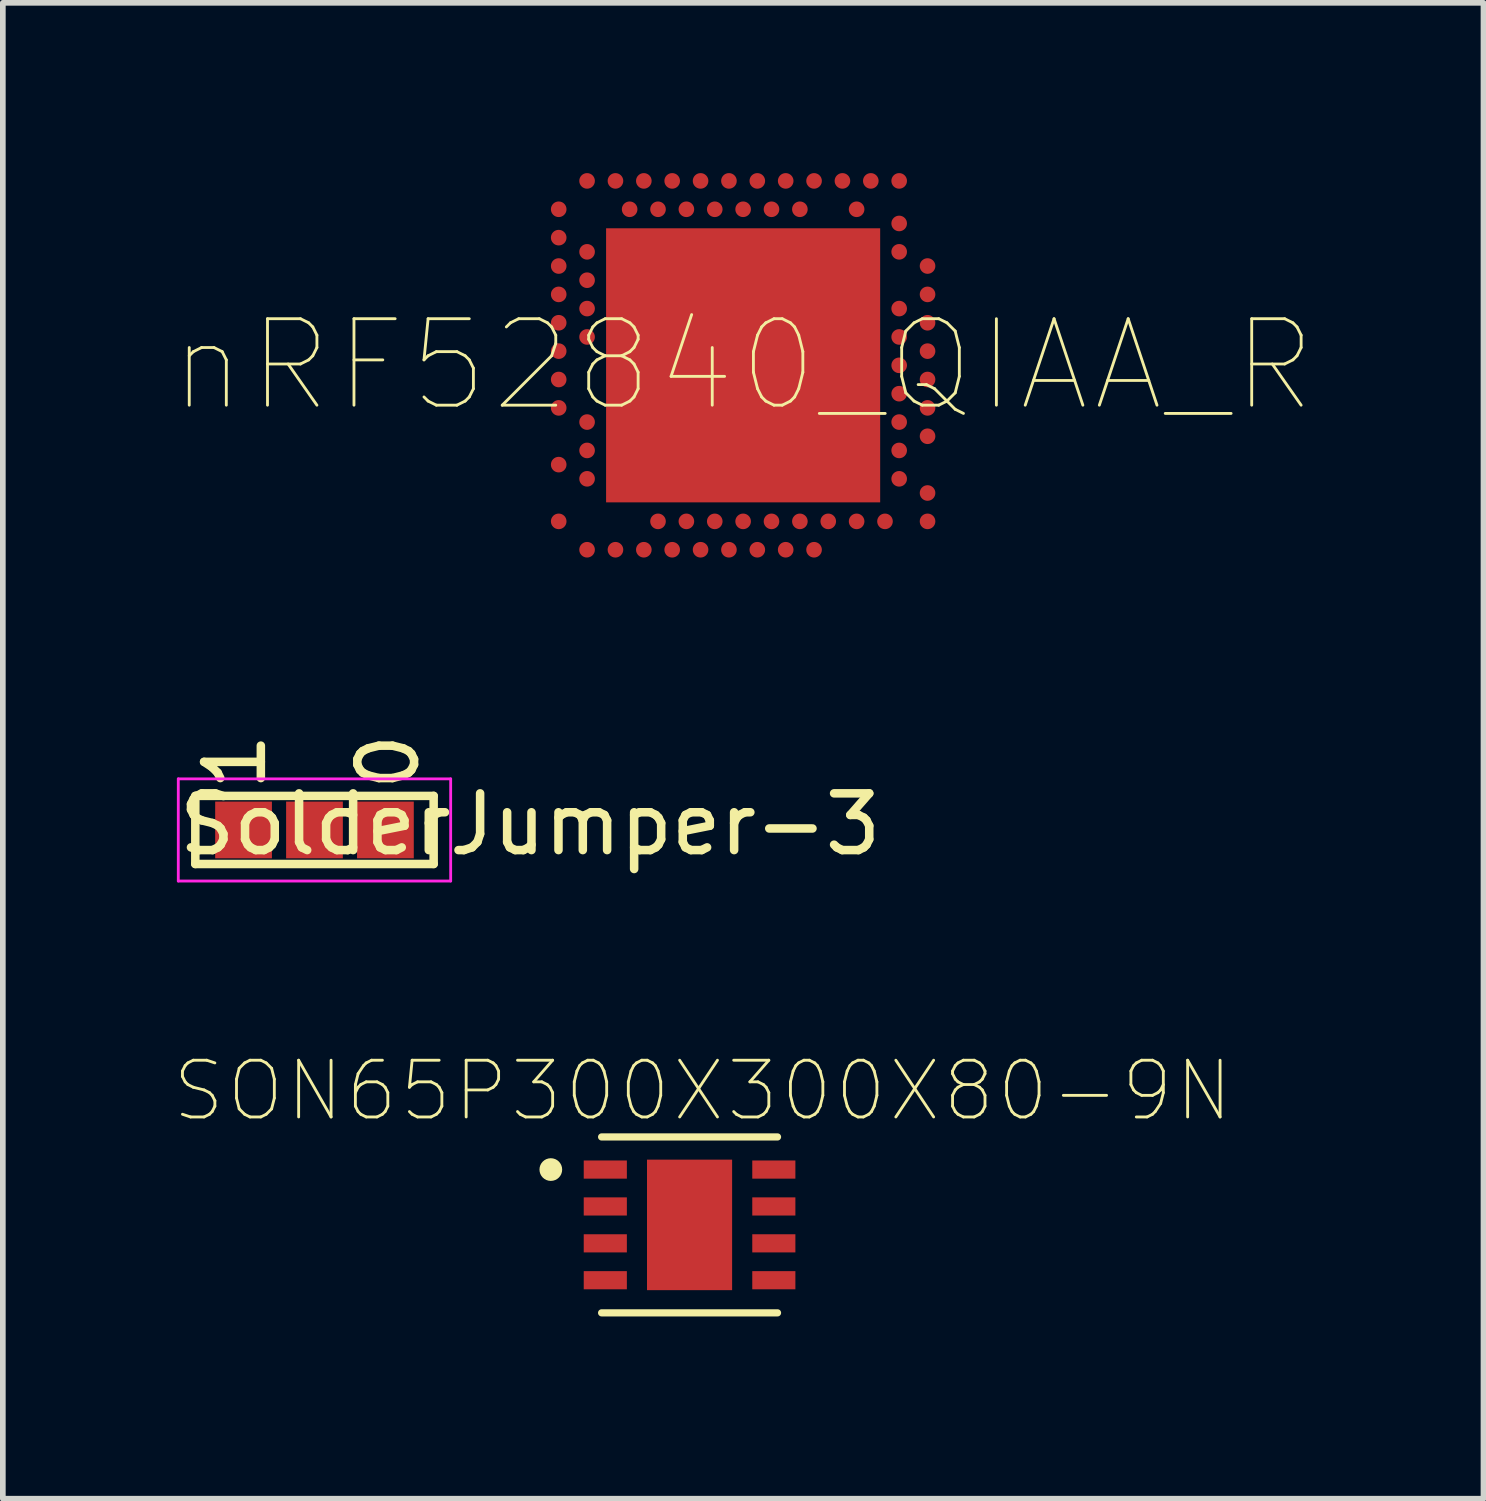
<source format=kicad_pcb>
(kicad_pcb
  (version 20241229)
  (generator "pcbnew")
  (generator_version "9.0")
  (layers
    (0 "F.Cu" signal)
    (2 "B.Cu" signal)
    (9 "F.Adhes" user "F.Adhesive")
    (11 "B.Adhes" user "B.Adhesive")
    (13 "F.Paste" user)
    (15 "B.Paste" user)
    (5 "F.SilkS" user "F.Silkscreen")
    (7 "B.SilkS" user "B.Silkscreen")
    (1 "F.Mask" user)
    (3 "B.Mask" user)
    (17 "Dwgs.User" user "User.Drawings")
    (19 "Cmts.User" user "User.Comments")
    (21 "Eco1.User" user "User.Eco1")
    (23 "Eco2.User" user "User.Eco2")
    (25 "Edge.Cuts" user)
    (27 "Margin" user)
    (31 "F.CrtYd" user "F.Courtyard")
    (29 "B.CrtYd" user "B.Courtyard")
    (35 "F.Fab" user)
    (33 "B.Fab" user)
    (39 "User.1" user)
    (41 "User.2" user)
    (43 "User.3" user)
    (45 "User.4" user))
  (footprint "nRF52840_QIAA_R"
    (layer "F.Cu")
    (at 10.046 3.388)
    (property "Reference" "nRF52840_QIAA_R" (at 0 0 0) (layer "F.SilkS") (effects (font (size 1.524 1.524) (thickness 0.05))))
    (attr smd)
    (pad "74" smd rect (at 0 0 180) (size 4.83 4.83) (layers "F.Cu" "F.Mask" "F.Paste"))
    (pad "A8" smd circle (at 1.25 3.25 180) (size 0.275 0.275) (layers "F.Cu" "F.Mask" "F.Paste"))
    (pad "A10" smd circle (at 0.75 3.25 180) (size 0.275 0.275) (layers "F.Cu" "F.Mask" "F.Paste"))
    (pad "A12" smd circle (at 0.25 3.25 180) (size 0.275 0.275) (layers "F.Cu" "F.Mask" "F.Paste"))
    (pad "A14" smd circle (at -0.25 3.25 180) (size 0.275 0.275) (layers "F.Cu" "F.Mask" "F.Paste"))
    (pad "A16" smd circle (at -0.75 3.25 180) (size 0.275 0.275) (layers "F.Cu" "F.Mask" "F.Paste"))
    (pad "A18" smd circle (at -1.25 3.25 180) (size 0.275 0.275) (layers "F.Cu" "F.Mask" "F.Paste"))
    (pad "A20" smd circle (at -1.75 3.25 180) (size 0.275 0.275) (layers "F.Cu" "F.Mask" "F.Paste"))
    (pad "A22" smd circle (at -2.25 3.25 180) (size 0.275 0.275) (layers "F.Cu" "F.Mask" "F.Paste"))
    (pad "A23" smd circle (at -2.75 3.25 180) (size 0.275 0.275) (layers "F.Cu" "F.Mask" "F.Paste"))
    (pad "AA24" smd circle (at -3.25 -2.25 180) (size 0.275 0.275) (layers "F.Cu" "F.Mask" "F.Paste"))
    (pad "AB2" smd circle (at 2.75 -2.5 180) (size 0.275 0.275) (layers "F.Cu" "F.Mask" "F.Paste"))
    (pad "AC5" smd circle (at 2 -2.75 180) (size 0.275 0.275) (layers "F.Cu" "F.Mask" "F.Paste"))
    (pad "AC9" smd circle (at 1 -2.75 180) (size 0.275 0.275) (layers "F.Cu" "F.Mask" "F.Paste"))
    (pad "AC11" smd circle (at 0.5 -2.75 180) (size 0.275 0.275) (layers "F.Cu" "F.Mask" "F.Paste"))
    (pad "AC13" smd circle (at 0 -2.75 180) (size 0.275 0.275) (layers "F.Cu" "F.Mask" "F.Paste"))
    (pad "AC15" smd circle (at -0.5 -2.75 180) (size 0.275 0.275) (layers "F.Cu" "F.Mask" "F.Paste"))
    (pad "AC17" smd circle (at -1 -2.75 180) (size 0.275 0.275) (layers "F.Cu" "F.Mask" "F.Paste"))
    (pad "AC19" smd circle (at -1.5 -2.75 180) (size 0.275 0.275) (layers "F.Cu" "F.Mask" "F.Paste"))
    (pad "AC21" smd circle (at -2 -2.75 180) (size 0.275 0.275) (layers "F.Cu" "F.Mask" "F.Paste"))
    (pad "AC24" smd circle (at -3.25 -2.75 180) (size 0.275 0.275) (layers "F.Cu" "F.Mask" "F.Paste"))
    (pad "AD2" smd circle (at 2.75 -3.25 180) (size 0.275 0.275) (layers "F.Cu" "F.Mask" "F.Paste"))
    (pad "AD4" smd circle (at 2.25 -3.25 180) (size 0.275 0.275) (layers "F.Cu" "F.Mask" "F.Paste"))
    (pad "AD6" smd circle (at 1.75 -3.25 180) (size 0.275 0.275) (layers "F.Cu" "F.Mask" "F.Paste"))
    (pad "AD8" smd circle (at 1.25 -3.25 180) (size 0.275 0.275) (layers "F.Cu" "F.Mask" "F.Paste"))
    (pad "AD10" smd circle (at 0.75 -3.25 180) (size 0.275 0.275) (layers "F.Cu" "F.Mask" "F.Paste"))
    (pad "AD12" smd circle (at 0.25 -3.25 180) (size 0.275 0.275) (layers "F.Cu" "F.Mask" "F.Paste"))
    (pad "AD14" smd circle (at -0.25 -3.25 180) (size 0.275 0.275) (layers "F.Cu" "F.Mask" "F.Paste"))
    (pad "AD16" smd circle (at -0.75 -3.25 180) (size 0.275 0.275) (layers "F.Cu" "F.Mask" "F.Paste"))
    (pad "AD18" smd circle (at -1.25 -3.25 180) (size 0.275 0.275) (layers "F.Cu" "F.Mask" "F.Paste"))
    (pad "AD20" smd circle (at -1.75 -3.25 180) (size 0.275 0.275) (layers "F.Cu" "F.Mask" "F.Paste"))
    (pad "AD22" smd circle (at -2.25 -3.25 180) (size 0.275 0.275) (layers "F.Cu" "F.Mask" "F.Paste"))
    (pad "AD23" smd circle (at -2.75 -3.25 180) (size 0.275 0.275) (layers "F.Cu" "F.Mask" "F.Paste"))
    (pad "B1" smd circle (at 3.25 2.75 180) (size 0.275 0.275) (layers "F.Cu" "F.Mask" "F.Paste"))
    (pad "B3" smd circle (at 2.5 2.75 180) (size 0.275 0.275) (layers "F.Cu" "F.Mask" "F.Paste"))
    (pad "B5" smd circle (at 2 2.75 180) (size 0.275 0.275) (layers "F.Cu" "F.Mask" "F.Paste"))
    (pad "B7" smd circle (at 1.5 2.75 180) (size 0.275 0.275) (layers "F.Cu" "F.Mask" "F.Paste"))
    (pad "B9" smd circle (at 1 2.75 180) (size 0.275 0.275) (layers "F.Cu" "F.Mask" "F.Paste"))
    (pad "B11" smd circle (at 0.5 2.75 180) (size 0.275 0.275) (layers "F.Cu" "F.Mask" "F.Paste"))
    (pad "B13" smd circle (at 0 2.75 180) (size 0.275 0.275) (layers "F.Cu" "F.Mask" "F.Paste"))
    (pad "B15" smd circle (at -0.5 2.75 180) (size 0.275 0.275) (layers "F.Cu" "F.Mask" "F.Paste"))
    (pad "B17" smd circle (at -1 2.75 180) (size 0.275 0.275) (layers "F.Cu" "F.Mask" "F.Paste"))
    (pad "B19" smd circle (at -1.5 2.75 180) (size 0.275 0.275) (layers "F.Cu" "F.Mask" "F.Paste"))
    (pad "B24" smd circle (at -3.25 2.75 180) (size 0.275 0.275) (layers "F.Cu" "F.Mask" "F.Paste"))
    (pad "C1" smd circle (at 3.25 2.25 180) (size 0.275 0.275) (layers "F.Cu" "F.Mask" "F.Paste"))
    (pad "D2" smd circle (at 2.75 2 180) (size 0.275 0.275) (layers "F.Cu" "F.Mask" "F.Paste"))
    (pad "D23" smd circle (at -2.75 2 180) (size 0.275 0.275) (layers "F.Cu" "F.Mask" "F.Paste"))
    (pad "E24" smd circle (at -3.25 1.75 180) (size 0.275 0.275) (layers "F.Cu" "F.Mask" "F.Paste"))
    (pad "F2" smd circle (at 2.75 1.5 180) (size 0.275 0.275) (layers "F.Cu" "F.Mask" "F.Paste"))
    (pad "F23" smd circle (at -2.75 1.5 180) (size 0.275 0.275) (layers "F.Cu" "F.Mask" "F.Paste"))
    (pad "G1" smd circle (at 3.25 1.25 180) (size 0.275 0.275) (layers "F.Cu" "F.Mask" "F.Paste"))
    (pad "H2" smd circle (at 2.75 1 180) (size 0.275 0.275) (layers "F.Cu" "F.Mask" "F.Paste"))
    (pad "H23" smd circle (at -2.75 1 180) (size 0.275 0.275) (layers "F.Cu" "F.Mask" "F.Paste"))
    (pad "J1" smd circle (at 3.25 0.75 180) (size 0.275 0.275) (layers "F.Cu" "F.Mask" "F.Paste"))
    (pad "J24" smd circle (at -3.25 0.75 180) (size 0.275 0.275) (layers "F.Cu" "F.Mask" "F.Paste"))
    (pad "K2" smd circle (at 2.75 0.5 180) (size 0.275 0.275) (layers "F.Cu" "F.Mask" "F.Paste"))
    (pad "L1" smd circle (at 3.25 0.25 180) (size 0.275 0.275) (layers "F.Cu" "F.Mask" "F.Paste"))
    (pad "L24" smd circle (at -3.25 0.25 180) (size 0.275 0.275) (layers "F.Cu" "F.Mask" "F.Paste"))
    (pad "M2" smd circle (at 2.75 0 180) (size 0.275 0.275) (layers "F.Cu" "F.Mask" "F.Paste"))
    (pad "N1" smd circle (at 3.25 -0.25 180) (size 0.275 0.275) (layers "F.Cu" "F.Mask" "F.Paste"))
    (pad "N24" smd circle (at -3.25 -0.25 180) (size 0.275 0.275) (layers "F.Cu" "F.Mask" "F.Paste"))
    (pad "P2" smd circle (at 2.75 -0.5 180) (size 0.275 0.275) (layers "F.Cu" "F.Mask" "F.Paste"))
    (pad "P23" smd circle (at -2.75 -0.5 180) (size 0.275 0.275) (layers "F.Cu" "F.Mask" "F.Paste"))
    (pad "R1" smd circle (at 3.25 -0.75 180) (size 0.275 0.275) (layers "F.Cu" "F.Mask" "F.Paste"))
    (pad "R24" smd circle (at -3.25 -0.75 180) (size 0.275 0.275) (layers "F.Cu" "F.Mask" "F.Paste"))
    (pad "T2" smd circle (at 2.75 -1 180) (size 0.275 0.275) (layers "F.Cu" "F.Mask" "F.Paste"))
    (pad "T23" smd circle (at -2.75 -1 180) (size 0.275 0.275) (layers "F.Cu" "F.Mask" "F.Paste"))
    (pad "U1" smd circle (at 3.25 -1.25 180) (size 0.275 0.275) (layers "F.Cu" "F.Mask" "F.Paste"))
    (pad "U24" smd circle (at -3.25 -1.25 180) (size 0.275 0.275) (layers "F.Cu" "F.Mask" "F.Paste"))
    (pad "V23" smd circle (at -2.75 -1.5 180) (size 0.275 0.275) (layers "F.Cu" "F.Mask" "F.Paste"))
    (pad "W1" smd circle (at 3.25 -1.75 180) (size 0.275 0.275) (layers "F.Cu" "F.Mask" "F.Paste"))
    (pad "W24" smd circle (at -3.25 -1.75 180) (size 0.275 0.275) (layers "F.Cu" "F.Mask" "F.Paste"))
    (pad "Y2" smd circle (at 2.75 -2 180) (size 0.275 0.275) (layers "F.Cu" "F.Mask" "F.Paste"))
    (pad "Y23" smd circle (at -2.75 -2 180) (size 0.275 0.275) (layers "F.Cu" "F.Mask" "F.Paste")))
  (footprint "SolderJumper-3"
    (layer "F.Cu")
    (at 2.492 11.576)
    (property "Reference" "SolderJumper-3" (at 3.8 -0.1 0) (layer "F.SilkS") (effects (font (size 1 1) (thickness 0.15))))
    (attr exclude_from_pos_files exclude_from_bom)
    (fp_line (start -2.1 -0.6) (end 2.1 -0.6) (stroke (width 0.15) (type solid)) (layer "F.SilkS"))
    (fp_line (start -2.1 0.6) (end -2.1 -0.6) (stroke (width 0.15) (type solid)) (layer "F.SilkS"))
    (fp_line (start 2.1 -0.6) (end 2.1 0.6) (stroke (width 0.15) (type solid)) (layer "F.SilkS"))
    (fp_line (start 2.1 0.6) (end -2.1 0.6) (stroke (width 0.15) (type solid)) (layer "F.SilkS"))
    (fp_line (start -2.4 -0.9) (end 2.4 -0.9) (stroke (width 0.05) (type solid)) (layer "F.CrtYd"))
    (fp_line (start -2.4 0.9) (end -2.4 -0.9) (stroke (width 0.05) (type solid)) (layer "F.CrtYd"))
    (fp_line (start 2.4 -0.9) (end 2.4 0.9) (stroke (width 0.05) (type solid)) (layer "F.CrtYd"))
    (fp_line (start 2.4 0.9) (end -2.4 0.9) (stroke (width 0.05) (type solid)) (layer "F.CrtYd"))
    (fp_text user "0" (at 1.3 -1.2 90) (layer "F.SilkS") (effects (font (size 1 1) (thickness 0.15))))
    (fp_text user "1" (at -1.4 -1.2 90) (layer "F.SilkS") (effects (font (size 1 1) (thickness 0.15))))
    (pad "" smd rect (at -1 0) (size 2 1) (layers "F.Mask"))
    (pad "" smd rect (at 1 0) (size 2 1) (layers "F.Mask"))
    (pad "1" smd rect (at -1.25 0) (size 1 1) (layers "F.Cu" "F.Mask" "F.Paste"))
    (pad "2" smd rect (at 0 0) (size 1 1) (layers "F.Cu" "F.Mask" "F.Paste"))
    (pad "3" smd rect (at 1.25 0) (size 1 1) (layers "F.Cu" "F.Mask" "F.Paste")))
  (footprint "SON65P300X300X80-9N"
    (layer "F.Cu")
    (at 9.102 18.536)
    (property "Reference" "SON65P300X300X80-9N" (at 0.23 -2.362 0) (layer "F.SilkS") (effects (font (size 1 1) (thickness 0.05))))
    (attr smd)
    (fp_line (start -1.55 -1.55) (end 1.55 -1.55) (stroke (width 0.127) (type solid)) (layer "F.SilkS"))
    (fp_line (start -1.55 1.55) (end 1.55 1.55) (stroke (width 0.127) (type solid)) (layer "F.SilkS"))
    (fp_circle (center -2.445 -0.975) (end -2.345 -0.975) (stroke (width 0.2) (type solid)) (fill no) (layer "F.SilkS"))
    (fp_poly (pts (xy -0.47 -0.73) (xy 0.47 -0.73) (xy 0.47 0.73) (xy -0.47 0.73)) (stroke (width 0) (type solid)) (fill yes) (layer "F.Paste"))
    (fp_line (start -2.115 -1.8) (end -2.115 1.8) (stroke (width 0.05) (type solid)) (layer "Eco1.User"))
    (fp_line (start -2.115 -1.8) (end 2.115 -1.8) (stroke (width 0.05) (type solid)) (layer "Eco1.User"))
    (fp_line (start -2.115 1.8) (end 2.115 1.8) (stroke (width 0.05) (type solid)) (layer "Eco1.User"))
    (fp_line (start 2.115 -1.8) (end 2.115 1.8) (stroke (width 0.05) (type solid)) (layer "Eco1.User"))
    (fp_line (start -1.55 -1.55) (end -1.55 1.55) (stroke (width 0.127) (type solid)) (layer "Eco2.User"))
    (fp_line (start -1.55 -1.55) (end 1.55 -1.55) (stroke (width 0.127) (type solid)) (layer "Eco2.User"))
    (fp_line (start -1.55 1.55) (end 1.55 1.55) (stroke (width 0.127) (type solid)) (layer "Eco2.User"))
    (fp_line (start 1.55 -1.55) (end 1.55 1.55) (stroke (width 0.127) (type solid)) (layer "Eco2.User"))
    (fp_circle (center -2.445 -0.975) (end -2.345 -0.975) (stroke (width 0.2) (type solid)) (fill no) (layer "Eco2.User"))
    (pad "1" smd rect (at -1.485 -0.975) (size 0.76 0.32) (layers "F.Cu" "F.Mask" "F.Paste"))
    (pad "2" smd rect (at -1.485 -0.325) (size 0.76 0.32) (layers "F.Cu" "F.Mask" "F.Paste"))
    (pad "3" smd rect (at -1.485 0.325) (size 0.76 0.32) (layers "F.Cu" "F.Mask" "F.Paste"))
    (pad "4" smd rect (at -1.485 0.975) (size 0.76 0.32) (layers "F.Cu" "F.Mask" "F.Paste"))
    (pad "5" smd rect (at 1.485 0.975) (size 0.76 0.32) (layers "F.Cu" "F.Mask" "F.Paste"))
    (pad "6" smd rect (at 1.485 0.325) (size 0.76 0.32) (layers "F.Cu" "F.Mask" "F.Paste"))
    (pad "7" smd rect (at 1.485 -0.325) (size 0.76 0.32) (layers "F.Cu" "F.Mask" "F.Paste"))
    (pad "8" smd rect (at 1.485 -0.975) (size 0.76 0.32) (layers "F.Cu" "F.Mask" "F.Paste"))
    (pad "9" smd rect (at 0 0) (size 1.5 2.3) (layers "F.Cu" "F.Mask" "F.Paste")))
  (gr_rect
    (start -3 -3)
    (end 23.093 23.361)
    (stroke (width 0.1) (type default))
    (fill no)
    (layer "Edge.Cuts")))
</source>
